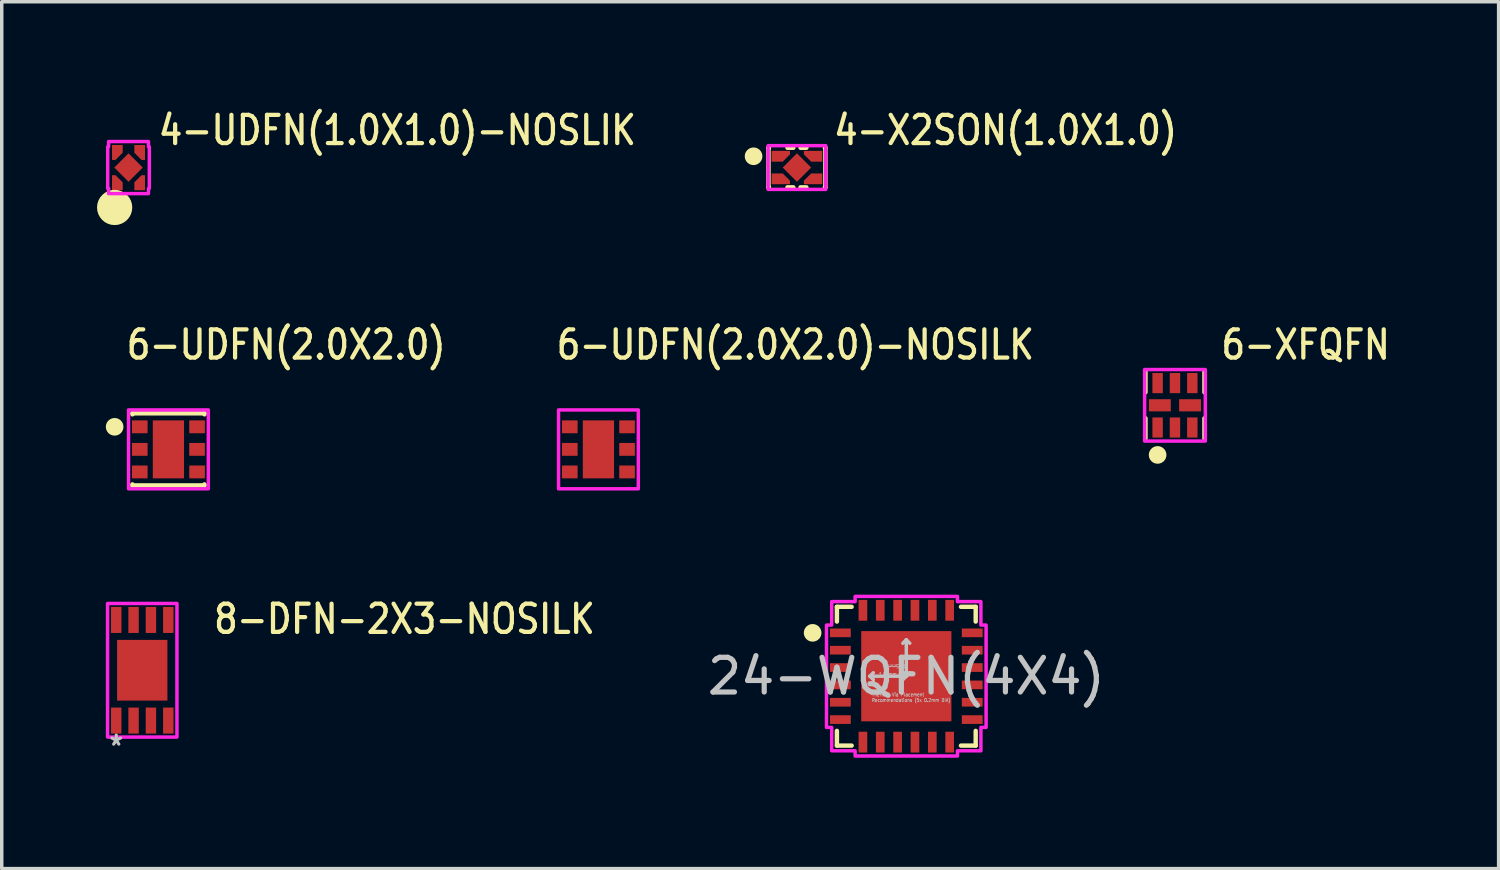
<source format=kicad_pcb>
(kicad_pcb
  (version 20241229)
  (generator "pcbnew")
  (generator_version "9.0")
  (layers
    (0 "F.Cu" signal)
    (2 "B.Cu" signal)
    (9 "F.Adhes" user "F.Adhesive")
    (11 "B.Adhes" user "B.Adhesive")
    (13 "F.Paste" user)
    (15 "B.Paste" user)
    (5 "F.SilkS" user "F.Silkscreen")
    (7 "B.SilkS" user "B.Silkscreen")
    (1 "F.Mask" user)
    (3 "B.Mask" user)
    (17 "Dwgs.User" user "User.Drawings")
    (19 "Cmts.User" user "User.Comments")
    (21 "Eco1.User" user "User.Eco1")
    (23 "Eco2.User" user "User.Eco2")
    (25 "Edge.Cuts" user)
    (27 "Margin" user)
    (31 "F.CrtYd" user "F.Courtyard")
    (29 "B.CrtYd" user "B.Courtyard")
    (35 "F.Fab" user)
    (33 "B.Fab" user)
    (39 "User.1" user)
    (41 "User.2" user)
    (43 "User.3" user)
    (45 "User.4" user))
  (footprint "6-UDFN(2.0X2.0)"
    (layer "F.Cu")
    (at 1.804 9.901)
    (property "Reference" "6-UDFN(2.0X2.0)" (at -1.27 -2.54 0) (unlocked yes) (layer "F.SilkS") (effects (font (size 0.813 0.695) (thickness 0.122)) (justify left bottom)))
    (fp_line (start -1.038 -1.038) (end 1.038 -1.038) (stroke (width 0.127) (type solid)) (layer "F.SilkS"))
    (fp_line (start -1.038 -1.01) (end -1.038 -1.038) (stroke (width 0.127) (type solid)) (layer "F.SilkS"))
    (fp_line (start -1.038 1.038) (end -1.038 1.01) (stroke (width 0.127) (type solid)) (layer "F.SilkS"))
    (fp_line (start 1.038 -1.038) (end 1.038 -1.01) (stroke (width 0.127) (type solid)) (layer "F.SilkS"))
    (fp_line (start 1.038 1.01) (end 1.038 1.038) (stroke (width 0.127) (type solid)) (layer "F.SilkS"))
    (fp_line (start 1.038 1.038) (end -1.038 1.038) (stroke (width 0.127) (type solid)) (layer "F.SilkS"))
    (fp_circle (center -1.55 -0.65) (end -1.296 -0.65) (stroke (width 0) (type solid)) (fill yes) (layer "F.SilkS"))
    (fp_poly (pts (xy -0.4 -0.7) (xy 0.4 -0.7) (xy 0.4 -0.1) (xy -0.4 -0.1)) (stroke (width 0) (type solid)) (fill yes) (layer "F.Paste"))
    (fp_poly (pts (xy -0.4 0.1) (xy 0.4 0.1) (xy 0.4 0.7) (xy -0.4 0.7)) (stroke (width 0) (type solid)) (fill yes) (layer "F.Paste"))
    (fp_poly (pts (xy -1.15 -1.137) (xy 1.15 -1.137) (xy 1.15 1.137) (xy -1.15 1.137)) (stroke (width 0.1) (type solid)) (fill no) (layer "F.CrtYd"))
    (pad "1" smd rect (at -0.825 -0.65) (size 0.45 0.37) (layers "F.Cu" "F.Mask" "F.Paste"))
    (pad "2" smd rect (at -0.825 0) (size 0.45 0.37) (layers "F.Cu" "F.Mask" "F.Paste"))
    (pad "3" smd rect (at -0.825 0.65) (size 0.45 0.37) (layers "F.Cu" "F.Mask" "F.Paste"))
    (pad "4" smd rect (at 0.825 0.65) (size 0.45 0.37) (layers "F.Cu" "F.Mask" "F.Paste"))
    (pad "5" smd rect (at 0.825 0) (size 0.45 0.37) (layers "F.Cu" "F.Mask" "F.Paste"))
    (pad "6" smd rect (at 0.825 -0.65) (size 0.45 0.37) (layers "F.Cu" "F.Mask" "F.Paste"))
    (pad "TAB" smd rect (at 0 0) (size 0.9 1.67) (layers "F.Cu" "F.Mask")))
  (footprint "6-UDFN(2.0X2.0)-NOSILK"
    (layer "F.Cu")
    (at 14.197 9.901)
    (property "Reference" "6-UDFN(2.0X2.0)-NOSILK" (at -1.27 -2.54 0) (unlocked yes) (layer "F.SilkS") (effects (font (size 0.813 0.695) (thickness 0.122)) (justify left bottom)))
    (fp_poly (pts (xy -0.4 -0.7) (xy 0.4 -0.7) (xy 0.4 -0.1) (xy -0.4 -0.1)) (stroke (width 0) (type solid)) (fill yes) (layer "F.Paste"))
    (fp_poly (pts (xy -0.4 0.1) (xy 0.4 0.1) (xy 0.4 0.7) (xy -0.4 0.7)) (stroke (width 0) (type solid)) (fill yes) (layer "F.Paste"))
    (fp_poly (pts (xy -1.15 -1.137) (xy 1.15 -1.137) (xy 1.15 1.137) (xy -1.15 1.137)) (stroke (width 0.1) (type solid)) (fill no) (layer "F.CrtYd"))
    (pad "1" smd rect (at -0.825 -0.65) (size 0.45 0.37) (layers "F.Cu" "F.Mask" "F.Paste"))
    (pad "2" smd rect (at -0.825 0) (size 0.45 0.37) (layers "F.Cu" "F.Mask" "F.Paste"))
    (pad "3" smd rect (at -0.825 0.65) (size 0.45 0.37) (layers "F.Cu" "F.Mask" "F.Paste"))
    (pad "4" smd rect (at 0.825 0.65) (size 0.45 0.37) (layers "F.Cu" "F.Mask" "F.Paste"))
    (pad "5" smd rect (at 0.825 0) (size 0.45 0.37) (layers "F.Cu" "F.Mask" "F.Paste"))
    (pad "6" smd rect (at 0.825 -0.65) (size 0.45 0.37) (layers "F.Cu" "F.Mask" "F.Paste"))
    (pad "TAB" smd rect (at 0 0) (size 0.9 1.67) (layers "F.Cu" "F.Mask")))
  (footprint "4-X2SON(1.0X1.0)"
    (layer "F.Cu")
    (at 19.918 1.779)
    (property "Reference" "4-X2SON(1.0X1.0)" (at 1 -0.6 0) (unlocked yes) (layer "F.SilkS") (effects (font (size 0.813 0.695) (thickness 0.122)) (justify left bottom)))
    (fp_poly (pts (xy -0.73 -0.17) (xy -0.73 -0.48) (xy -0.2 -0.48) (xy -0.2 -0.379) (xy -0.409 -0.17)) (stroke (width 0) (type solid)) (fill yes) (layer "F.Cu"))
    (fp_poly (pts (xy -0.73 0.17) (xy -0.73 0.48) (xy -0.2 0.48) (xy -0.2 0.379) (xy -0.409 0.17)) (stroke (width 0) (type solid)) (fill yes) (layer "F.Cu"))
    (fp_poly (pts (xy 0.73 -0.17) (xy 0.73 -0.48) (xy 0.2 -0.48) (xy 0.2 -0.379) (xy 0.409 -0.17)) (stroke (width 0) (type solid)) (fill yes) (layer "F.Cu"))
    (fp_poly (pts (xy 0.73 0.17) (xy 0.73 0.48) (xy 0.2 0.48) (xy 0.2 0.379) (xy 0.409 0.17)) (stroke (width 0) (type solid)) (fill yes) (layer "F.Cu"))
    (fp_poly (pts (xy 0 -0.339) (xy 0.339 0) (xy 0 0.339) (xy -0.339 0)) (stroke (width 0) (type solid)) (fill yes) (layer "F.Mask"))
    (fp_poly (pts (xy -0.61 -0.22) (xy -0.61 -0.43) (xy -0.25 -0.43) (xy -0.25 -0.4) (xy -0.43 -0.22)) (stroke (width 0) (type solid)) (fill yes) (layer "F.Mask"))
    (fp_poly (pts (xy -0.61 0.22) (xy -0.61 0.43) (xy -0.25 0.43) (xy -0.25 0.4) (xy -0.43 0.22)) (stroke (width 0) (type solid)) (fill yes) (layer "F.Mask"))
    (fp_poly (pts (xy 0.61 -0.22) (xy 0.61 -0.43) (xy 0.25 -0.43) (xy 0.25 -0.4) (xy 0.43 -0.22)) (stroke (width 0) (type solid)) (fill yes) (layer "F.Mask"))
    (fp_poly (pts (xy 0.61 0.22) (xy 0.61 0.43) (xy 0.25 0.43) (xy 0.25 0.4) (xy 0.43 0.22)) (stroke (width 0) (type solid)) (fill yes) (layer "F.Mask"))
    (fp_line (start -0.82 -0.57) (end -0.807 -0.57) (stroke (width 0.127) (type solid)) (layer "F.SilkS"))
    (fp_line (start -0.82 0.57) (end -0.82 -0.57) (stroke (width 0.127) (type solid)) (layer "F.SilkS"))
    (fp_line (start -0.807 0.57) (end -0.82 0.57) (stroke (width 0.127) (type solid)) (layer "F.SilkS"))
    (fp_line (start -0.273 -0.57) (end -0.104 -0.57) (stroke (width 0.127) (type solid)) (layer "F.SilkS"))
    (fp_line (start -0.104 0.57) (end -0.273 0.57) (stroke (width 0.127) (type solid)) (layer "F.SilkS"))
    (fp_line (start 0.104 -0.57) (end 0.273 -0.57) (stroke (width 0.127) (type solid)) (layer "F.SilkS"))
    (fp_line (start 0.273 0.57) (end 0.104 0.57) (stroke (width 0.127) (type solid)) (layer "F.SilkS"))
    (fp_line (start 0.807 -0.57) (end 0.82 -0.57) (stroke (width 0.127) (type solid)) (layer "F.SilkS"))
    (fp_line (start 0.82 -0.57) (end 0.82 0.57) (stroke (width 0.127) (type solid)) (layer "F.SilkS"))
    (fp_line (start 0.82 0.57) (end 0.807 0.57) (stroke (width 0.127) (type solid)) (layer "F.SilkS"))
    (fp_circle (center -1.25 -0.325) (end -0.996 -0.325) (stroke (width 0) (type solid)) (fill yes) (layer "F.SilkS"))
    (fp_poly (pts (xy -0.65 -0.22) (xy -0.65 -0.43) (xy -0.25 -0.43) (xy -0.25 -0.4) (xy -0.43 -0.22)) (stroke (width 0) (type solid)) (fill yes) (layer "F.Paste"))
    (fp_poly (pts (xy -0.65 0.22) (xy -0.65 0.43) (xy -0.25 0.43) (xy -0.25 0.4) (xy -0.43 0.22)) (stroke (width 0) (type solid)) (fill yes) (layer "F.Paste"))
    (fp_poly (pts (xy 0.65 -0.22) (xy 0.65 -0.43) (xy 0.25 -0.43) (xy 0.25 -0.4) (xy 0.43 -0.22)) (stroke (width 0) (type solid)) (fill yes) (layer "F.Paste"))
    (fp_poly (pts (xy 0.65 0.22) (xy 0.65 0.43) (xy 0.25 0.43) (xy 0.25 0.4) (xy 0.43 0.22)) (stroke (width 0) (type solid)) (fill yes) (layer "F.Paste"))
    (fp_poly (pts (xy -0.83 -0.63) (xy 0.83 -0.63) (xy 0.83 0.63) (xy -0.83 0.63)) (stroke (width 0.1) (type solid)) (fill no) (layer "F.CrtYd"))
    (pad "1" smd rect (at -0.54 -0.325) (size 0.18 0.21) (layers "F.Cu"))
    (pad "2" smd rect (at -0.54 0.325) (size 0.18 0.21) (layers "F.Cu"))
    (pad "3" smd rect (at 0.54 0.325 180) (size 0.18 0.21) (layers "F.Cu"))
    (pad "4" smd rect (at 0.54 -0.325 180) (size 0.18 0.21) (layers "F.Cu"))
    (pad "S_1" smd rect (at 0 0 315) (size 0.58 0.58) (layers "F.Cu" "F.Paste")))
  (footprint "6-XFQFN"
    (layer "F.Cu")
    (at 30.813 8.631)
    (property "Reference" "6-XFQFN" (at 1.27 -1.27 0) (unlocked yes) (layer "F.SilkS") (effects (font (size 0.813 0.695) (thickness 0.122)) (justify left bottom)))
    (fp_poly (pts (xy -0.02 -0.25) (xy 0.02 -0.25) (xy 0.02 0.25) (xy -0.02 0.25)) (stroke (width 0) (type solid)) (fill yes) (layer "F.Mask"))
    (fp_line (start -0.85 -0.967) (end -0.85 -0.375) (stroke (width 0.127) (type solid)) (layer "F.SilkS"))
    (fp_line (start -0.85 0.375) (end -0.85 0.967) (stroke (width 0.127) (type solid)) (layer "F.SilkS"))
    (fp_line (start 0.85 -0.967) (end 0.85 -0.375) (stroke (width 0.127) (type solid)) (layer "F.SilkS"))
    (fp_line (start 0.85 0.375) (end 0.85 0.967) (stroke (width 0.127) (type solid)) (layer "F.SilkS"))
    (fp_circle (center -0.5 1.43) (end -0.246 1.43) (stroke (width 0) (type solid)) (fill yes) (layer "F.SilkS"))
    (fp_poly (pts (xy -0.875 -1.03) (xy -0.875 1.03) (xy 0.875 1.03) (xy 0.875 -1.03)) (stroke (width 0.1) (type solid)) (fill no) (layer "F.CrtYd"))
    (pad "1" smd rect (at -0.5 0.64) (size 0.3 0.58) (layers "F.Cu" "F.Mask" "F.Paste"))
    (pad "2" smd rect (at 0 0.64) (size 0.3 0.58) (layers "F.Cu" "F.Mask" "F.Paste"))
    (pad "3" smd rect (at 0.5 0.64) (size 0.3 0.58) (layers "F.Cu" "F.Mask" "F.Paste"))
    (pad "4" smd rect (at 0.435 0) (size 0.63 0.35) (layers "F.Cu" "F.Mask" "F.Paste"))
    (pad "5" smd rect (at 0.5 -0.64) (size 0.3 0.58) (layers "F.Cu" "F.Mask" "F.Paste"))
    (pad "6" smd rect (at 0 -0.64) (size 0.3 0.58) (layers "F.Cu" "F.Mask" "F.Paste"))
    (pad "7" smd rect (at -0.5 -0.64) (size 0.3 0.58) (layers "F.Cu" "F.Mask" "F.Paste"))
    (pad "8" smd rect (at -0.435 0) (size 0.63 0.35) (layers "F.Cu" "F.Mask" "F.Paste")))
  (footprint "4-UDFN(1.0X1.0)-NOSLIK"
    (layer "F.Cu")
    (at 0.654 1.779)
    (property "Reference" "4-UDFN(1.0X1.0)-NOSLIK" (at 0.8 -0.6 0) (unlocked yes) (layer "F.SilkS") (effects (font (size 0.813 0.695) (thickness 0.122)) (justify left bottom)))
    (fp_poly (pts (xy -0.475 -0.65) (xy -0.175 -0.65) (xy -0.175 -0.42) (xy -0.375 -0.22) (xy -0.475 -0.22)) (stroke (width 0) (type solid)) (fill yes) (layer "F.Cu"))
    (fp_poly (pts (xy -0.175 0.65) (xy -0.475 0.65) (xy -0.475 0.22) (xy -0.375 0.22) (xy -0.175 0.42)) (stroke (width 0) (type solid)) (fill yes) (layer "F.Cu"))
    (fp_poly (pts (xy 0.175 -0.65) (xy 0.475 -0.65) (xy 0.475 -0.22) (xy 0.375 -0.22) (xy 0.175 -0.42)) (stroke (width 0) (type solid)) (fill yes) (layer "F.Cu"))
    (fp_poly (pts (xy 0.475 0.65) (xy 0.175 0.65) (xy 0.175 0.42) (xy 0.375 0.22) (xy 0.475 0.22)) (stroke (width 0) (type solid)) (fill yes) (layer "F.Cu"))
    (fp_poly (pts (xy -0.075 0.75) (xy -0.575 0.75) (xy -0.575 -0.08) (xy -0.075 0.42)) (stroke (width 0) (type solid)) (fill yes) (layer "F.Mask"))
    (fp_poly (pts (xy -0.575 -0.75) (xy -0.075 -0.75) (xy -0.075 -0.42) (xy -0.375 -0.12) (xy -0.575 -0.12)) (stroke (width 0) (type solid)) (fill yes) (layer "F.Mask"))
    (fp_poly (pts (xy 0.075 -0.75) (xy 0.575 -0.75) (xy 0.575 -0.12) (xy 0.375 -0.12) (xy 0.075 -0.42)) (stroke (width 0) (type solid)) (fill yes) (layer "F.Mask"))
    (fp_poly (pts (xy 0.575 0.75) (xy 0.075 0.75) (xy 0.075 0.42) (xy 0.375 0.12) (xy 0.575 0.12)) (stroke (width 0) (type solid)) (fill yes) (layer "F.Mask"))
    (fp_circle (center -0.4 1.15) (end -0.4 1.15) (stroke (width 0.508) (type solid)) (fill no) (layer "F.SilkS"))
    (fp_poly (pts (xy -0.175 0.65) (xy -0.475 0.65) (xy -0.475 0.12) (xy -0.175 0.42)) (stroke (width 0) (type solid)) (fill yes) (layer "F.Paste"))
    (fp_poly (pts (xy -0.475 -0.65) (xy -0.175 -0.65) (xy -0.175 -0.42) (xy -0.375 -0.22) (xy -0.475 -0.22)) (stroke (width 0) (type solid)) (fill yes) (layer "F.Paste"))
    (fp_poly (pts (xy 0.175 -0.65) (xy 0.475 -0.65) (xy 0.475 -0.22) (xy 0.375 -0.22) (xy 0.175 -0.42)) (stroke (width 0) (type solid)) (fill yes) (layer "F.Paste"))
    (fp_poly (pts (xy 0.475 0.65) (xy 0.175 0.65) (xy 0.175 0.42) (xy 0.375 0.22) (xy 0.475 0.22)) (stroke (width 0) (type solid)) (fill yes) (layer "F.Paste"))
    (fp_poly (pts (xy -0.6 -0.6) (xy -0.575 -0.6) (xy -0.575 -0.75) (xy 0.575 -0.75) (xy 0.575 -0.6) (xy 0.6 -0.6) (xy 0.6 0.6) (xy 0.575 0.6) (xy 0.575 0.75) (xy -0.575 0.75) (xy -0.575 0.6) (xy -0.6 0.6)) (stroke (width 0.1) (type solid)) (fill no) (layer "F.CrtYd"))
    (pad "1" smd rect (at -0.325 0.535) (size 0.3 0.23) (layers "F.Cu"))
    (pad "2" smd rect (at 0.325 0.535) (size 0.3 0.23) (layers "F.Cu" "F.Mask" "F.Paste"))
    (pad "3" smd rect (at 0.325 -0.535) (size 0.3 0.23) (layers "F.Cu"))
    (pad "4" smd rect (at -0.325 -0.535) (size 0.3 0.23) (layers "F.Cu"))
    (pad "S_5" smd rect (at 0 0 45) (size 0.58 0.58) (layers "F.Cu" "F.Mask" "F.Paste")))
  (footprint "24-WQFN(4X4)"
    (layer "F.Cu")
    (at 23.07 16.439)
    (property "Reference" "24-WQFN(4X4)" (at 0 0 0) (layer "Dwgs.User") (effects (font (size 1 1) (thickness 0.15))))
    (fp_line (start -2 -2) (end -2 -1.575) (stroke (width 0.127) (type solid)) (layer "F.SilkS"))
    (fp_line (start -2 1.575) (end -2 2) (stroke (width 0.127) (type solid)) (layer "F.SilkS"))
    (fp_line (start -2 2) (end -1.575 2) (stroke (width 0.127) (type solid)) (layer "F.SilkS"))
    (fp_line (start -1.575 -2) (end -2 -2) (stroke (width 0.127) (type solid)) (layer "F.SilkS"))
    (fp_line (start 1.575 2) (end 2 2) (stroke (width 0.127) (type solid)) (layer "F.SilkS"))
    (fp_line (start 2 -2) (end 1.575 -2) (stroke (width 0.127) (type solid)) (layer "F.SilkS"))
    (fp_line (start 2 -1.575) (end 2 -2) (stroke (width 0.127) (type solid)) (layer "F.SilkS"))
    (fp_line (start 2 2) (end 2 1.575) (stroke (width 0.127) (type solid)) (layer "F.SilkS"))
    (fp_circle (center -2.7 -1.25) (end -2.446 -1.25) (stroke (width 0) (type solid)) (fill yes) (layer "F.SilkS"))
    (fp_poly (pts (xy -1.25 -0.1) (xy -0.1 -0.1) (xy -0.1 -1.25) (xy -1.25 -1.25)) (stroke (width 0) (type solid)) (fill yes) (layer "F.Paste"))
    (fp_poly (pts (xy -1.25 1.25) (xy -0.1 1.25) (xy -0.1 0.1) (xy -1.25 0.1)) (stroke (width 0) (type solid)) (fill yes) (layer "F.Paste"))
    (fp_poly (pts (xy 0.1 -0.1) (xy 1.25 -0.1) (xy 1.25 -1.25) (xy 0.1 -1.25)) (stroke (width 0) (type solid)) (fill yes) (layer "F.Paste"))
    (fp_poly (pts (xy 0.1 1.25) (xy 1.25 1.25) (xy 1.25 0.1) (xy 0.1 0.1)) (stroke (width 0) (type solid)) (fill yes) (layer "F.Paste"))
    (fp_line (start -1.05 0) (end -0.95 -0.1) (stroke (width 0.1) (type solid)) (layer "Dwgs.User"))
    (fp_line (start -1.05 0) (end -0.95 0.1) (stroke (width 0.1) (type solid)) (layer "Dwgs.User"))
    (fp_line (start -1.05 0) (end 0 0) (stroke (width 0.1) (type solid)) (layer "Dwgs.User"))
    (fp_line (start -0.1 -0.1) (end 0 0) (stroke (width 0.1) (type solid)) (layer "Dwgs.User"))
    (fp_line (start 0 -1.05) (end -0.1 -0.95) (stroke (width 0.1) (type solid)) (layer "Dwgs.User"))
    (fp_line (start 0 -1.05) (end 0.1 -0.95) (stroke (width 0.1) (type solid)) (layer "Dwgs.User"))
    (fp_line (start 0 0) (end -0.1 0.1) (stroke (width 0.1) (type solid)) (layer "Dwgs.User"))
    (fp_line (start 0 0) (end 0 -1.05) (stroke (width 0.1) (type solid)) (layer "Dwgs.User"))
    (fp_line (start 0 0) (end 0.1 -0.1) (stroke (width 0.1) (type solid)) (layer "Dwgs.User"))
    (fp_circle (center -1.05 0) (end -0.95 0) (stroke (width 0.000009) (type solid)) (fill no) (layer "Dwgs.User"))
    (fp_circle (center 0 -1.05) (end 0.1 -1.05) (stroke (width 0.000009) (type solid)) (fill no) (layer "Dwgs.User"))
    (fp_circle (center 0 0) (end 0.1 0) (stroke (width 0.000009) (type solid)) (fill no) (layer "Dwgs.User"))
    (fp_circle (center 0 1.05) (end 0.1 1.05) (stroke (width 0.000009) (type solid)) (fill no) (layer "Dwgs.User"))
    (fp_circle (center 1.05 0) (end 1.15 0) (stroke (width 0.000009) (type solid)) (fill no) (layer "Dwgs.User"))
    (fp_poly (pts (xy -2.15 1.475) (xy -2.3 1.475) (xy -2.3 -1.475) (xy -2.15 -1.475) (xy -2.15 -2.15) (xy -1.475 -2.15) (xy -1.475 -2.3) (xy 1.475 -2.3) (xy 1.475 -2.15) (xy 2.15 -2.15) (xy 2.15 -1.475) (xy 2.3 -1.475) (xy 2.3 1.475) (xy 2.15 1.475) (xy 2.15 2.15) (xy 1.475 2.15) (xy 1.475 2.3) (xy -1.475 2.3) (xy -1.475 2.15) (xy -2.15 2.15)) (stroke (width 0.1) (type solid)) (fill no) (layer "F.CrtYd"))
    (fp_text user "1.05mm" (at 0 -0.35 180) (unlocked yes) (layer "Dwgs.User") (effects (font (size 0.1 0.086) (thickness 0.015)) (justify left bottom)))
    (fp_text user "1.05mm" (at -0.8 0 0) (unlocked yes) (layer "Dwgs.User") (effects (font (size 0.1 0.086) (thickness 0.015)) (justify left bottom)))
    (fp_text user "Thermal Via Placement \nRecommendations (5x 0.2mm DIA)" (at -1 0.75 0) (unlocked yes) (layer "Dwgs.User") (effects (font (size 0.1 0.086) (thickness 0.015)) (justify left bottom)))
    (pad "1" smd rect (at -1.9 -1.25) (size 0.6 0.25) (layers "F.Cu" "F.Mask" "F.Paste"))
    (pad "2" smd rect (at -1.9 -0.75) (size 0.6 0.25) (layers "F.Cu" "F.Mask" "F.Paste"))
    (pad "3" smd rect (at -1.9 -0.25) (size 0.6 0.25) (layers "F.Cu" "F.Mask" "F.Paste"))
    (pad "4" smd rect (at -1.9 0.25) (size 0.6 0.25) (layers "F.Cu" "F.Mask" "F.Paste"))
    (pad "5" smd rect (at -1.9 0.75) (size 0.6 0.25) (layers "F.Cu" "F.Mask" "F.Paste"))
    (pad "6" smd rect (at -1.9 1.25) (size 0.6 0.25) (layers "F.Cu" "F.Mask" "F.Paste"))
    (pad "7" smd rect (at -1.25 1.9) (size 0.25 0.6) (layers "F.Cu" "F.Mask" "F.Paste"))
    (pad "8" smd rect (at -0.75 1.9) (size 0.25 0.6) (layers "F.Cu" "F.Mask" "F.Paste"))
    (pad "9" smd rect (at -0.25 1.9) (size 0.25 0.6) (layers "F.Cu" "F.Mask" "F.Paste"))
    (pad "10" smd rect (at 0.25 1.9) (size 0.25 0.6) (layers "F.Cu" "F.Mask" "F.Paste"))
    (pad "11" smd rect (at 0.75 1.9) (size 0.25 0.6) (layers "F.Cu" "F.Mask" "F.Paste"))
    (pad "12" smd rect (at 1.25 1.9) (size 0.25 0.6) (layers "F.Cu" "F.Mask" "F.Paste"))
    (pad "13" smd rect (at 1.9 1.25) (size 0.6 0.25) (layers "F.Cu" "F.Mask" "F.Paste"))
    (pad "14" smd rect (at 1.9 0.75) (size 0.6 0.25) (layers "F.Cu" "F.Mask" "F.Paste"))
    (pad "15" smd rect (at 1.9 0.25) (size 0.6 0.25) (layers "F.Cu" "F.Mask" "F.Paste"))
    (pad "16" smd rect (at 1.9 -0.25) (size 0.6 0.25) (layers "F.Cu" "F.Mask" "F.Paste"))
    (pad "17" smd rect (at 1.9 -0.75) (size 0.6 0.25) (layers "F.Cu" "F.Mask" "F.Paste"))
    (pad "18" smd rect (at 1.9 -1.25) (size 0.6 0.25) (layers "F.Cu" "F.Mask" "F.Paste"))
    (pad "19" smd rect (at 1.25 -1.9) (size 0.25 0.6) (layers "F.Cu" "F.Mask" "F.Paste"))
    (pad "20" smd rect (at 0.75 -1.9) (size 0.25 0.6) (layers "F.Cu" "F.Mask" "F.Paste"))
    (pad "21" smd rect (at 0.25 -1.9) (size 0.25 0.6) (layers "F.Cu" "F.Mask" "F.Paste"))
    (pad "22" smd rect (at -0.25 -1.9) (size 0.25 0.6) (layers "F.Cu" "F.Mask" "F.Paste"))
    (pad "23" smd rect (at -0.75 -1.9) (size 0.25 0.6) (layers "F.Cu" "F.Mask" "F.Paste"))
    (pad "24" smd rect (at -1.25 -1.9) (size 0.25 0.6) (layers "F.Cu" "F.Mask" "F.Paste"))
    (pad "25" smd rect (at 0 0) (size 2.6 2.6) (layers "F.Cu" "F.Mask")))
  (footprint "8-DFN-2X3-NOSILK"
    (layer "F.Cu")
    (at 1.05 16.267)
    (property "Reference" "8-DFN-2X3-NOSILK" (at 2 -1 0) (unlocked yes) (layer "F.SilkS") (effects (font (size 0.813 0.695) (thickness 0.122)) (justify left bottom)))
    (fp_poly (pts (xy -1 -1.925) (xy 1 -1.925) (xy 1 1.925) (xy -1 1.925)) (stroke (width 0.1) (type solid)) (fill no) (layer "F.CrtYd"))
    (fp_text user "*" (at -0.75 2.2 0) (unlocked yes) (layer "Dwgs.User") (effects (font (size 0.61 0.521) (thickness 0.091))))
    (pad "1" smd rect (at -0.75 1.45) (size 0.3 0.75) (layers "F.Cu" "F.Mask" "F.Paste"))
    (pad "2" smd rect (at -0.25 1.45) (size 0.3 0.75) (layers "F.Cu" "F.Mask" "F.Paste"))
    (pad "3" smd rect (at 0.25 1.45) (size 0.3 0.75) (layers "F.Cu" "F.Mask" "F.Paste"))
    (pad "4" smd rect (at 0.75 1.45) (size 0.3 0.75) (layers "F.Cu" "F.Mask" "F.Paste"))
    (pad "5" smd rect (at 0.75 -1.45) (size 0.3 0.75) (layers "F.Cu" "F.Mask" "F.Paste"))
    (pad "6" smd rect (at 0.25 -1.45) (size 0.3 0.75) (layers "F.Cu" "F.Mask" "F.Paste"))
    (pad "7" smd rect (at -0.25 -1.45) (size 0.3 0.75) (layers "F.Cu" "F.Mask" "F.Paste"))
    (pad "8" smd rect (at -0.75 -1.45) (size 0.3 0.75) (layers "F.Cu" "F.Mask" "F.Paste"))
    (pad "9" smd rect (at 0 0) (size 1.45 1.75) (layers "F.Cu" "F.Mask" "F.Paste")))
  (gr_rect
    (start -3 -3)
    (end 40.141 21.984)
    (stroke (width 0.1) (type default))
    (fill no)
    (layer "Edge.Cuts")))
</source>
